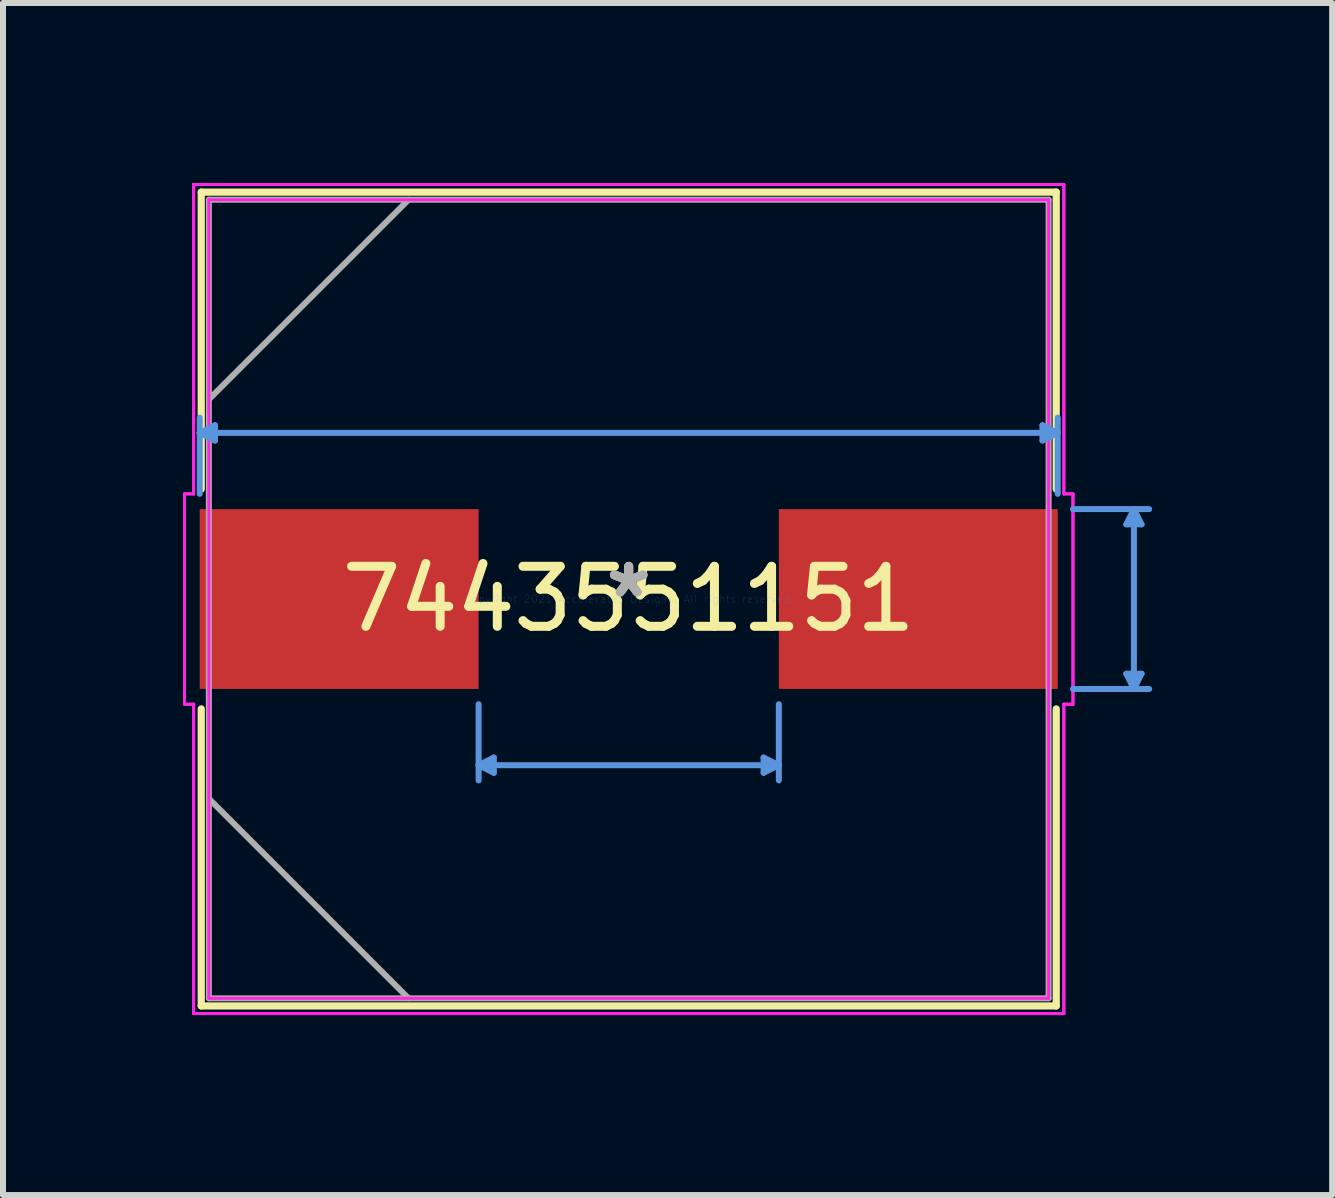
<source format=kicad_pcb>
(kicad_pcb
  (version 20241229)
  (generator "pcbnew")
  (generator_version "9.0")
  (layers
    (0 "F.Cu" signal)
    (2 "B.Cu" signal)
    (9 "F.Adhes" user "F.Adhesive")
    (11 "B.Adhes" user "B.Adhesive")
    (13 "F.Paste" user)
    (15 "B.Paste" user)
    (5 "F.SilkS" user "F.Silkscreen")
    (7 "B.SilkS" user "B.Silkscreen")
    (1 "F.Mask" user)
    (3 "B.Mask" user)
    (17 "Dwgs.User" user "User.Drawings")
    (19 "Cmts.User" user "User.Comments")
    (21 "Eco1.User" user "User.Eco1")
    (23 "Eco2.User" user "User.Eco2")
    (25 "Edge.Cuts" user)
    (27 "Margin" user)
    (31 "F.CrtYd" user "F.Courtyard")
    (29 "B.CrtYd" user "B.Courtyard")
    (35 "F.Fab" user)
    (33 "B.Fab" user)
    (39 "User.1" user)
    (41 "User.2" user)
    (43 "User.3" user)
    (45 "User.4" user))
  (footprint "7443551151"
    (layer "F.Cu")
    (at 7.429 6.934)
    (property "Reference" "7443551151" (at 0 0 0) (layer "F.SilkS") (effects (font (size 1 1) (thickness 0.15))))
    (attr through_hole)
    (fp_line (start -7.125 -6.782) (end -7.125 -1.831) (stroke (width 0.12) (type solid)) (layer "F.SilkS"))
    (fp_line (start -7.125 1.831) (end -7.125 6.782) (stroke (width 0.12) (type solid)) (layer "F.SilkS"))
    (fp_line (start -7.125 6.782) (end 7.125 6.782) (stroke (width 0.12) (type solid)) (layer "F.SilkS"))
    (fp_line (start 7.125 -6.782) (end -7.125 -6.782) (stroke (width 0.12) (type solid)) (layer "F.SilkS"))
    (fp_line (start 7.125 -1.831) (end 7.125 -6.782) (stroke (width 0.12) (type solid)) (layer "F.SilkS"))
    (fp_line (start 7.125 6.782) (end 7.125 1.831) (stroke (width 0.12) (type solid)) (layer "F.SilkS"))
    (fp_line (start -7.15 -2.769) (end -6.896 -2.896) (stroke (width 0.1) (type solid)) (layer "Cmts.User"))
    (fp_line (start -7.15 -2.769) (end 7.15 -2.769) (stroke (width 0.1) (type solid)) (layer "Cmts.User"))
    (fp_line (start -7.15 -1.753) (end -7.15 -3.023) (stroke (width 0.1) (type solid)) (layer "Cmts.User"))
    (fp_line (start -6.896 -2.896) (end -6.896 -2.642) (stroke (width 0.1) (type solid)) (layer "Cmts.User"))
    (fp_line (start -6.896 -2.642) (end -7.15 -2.769) (stroke (width 0.1) (type solid)) (layer "Cmts.User"))
    (fp_line (start -2.502 1.753) (end -2.502 3.023) (stroke (width 0.1) (type solid)) (layer "Cmts.User"))
    (fp_line (start -2.502 2.769) (end -2.248 2.896) (stroke (width 0.1) (type solid)) (layer "Cmts.User"))
    (fp_line (start -2.502 2.769) (end 2.502 2.769) (stroke (width 0.1) (type solid)) (layer "Cmts.User"))
    (fp_line (start -2.248 2.642) (end -2.502 2.769) (stroke (width 0.1) (type solid)) (layer "Cmts.User"))
    (fp_line (start -2.248 2.896) (end -2.248 2.642) (stroke (width 0.1) (type solid)) (layer "Cmts.User"))
    (fp_line (start 2.248 2.642) (end 2.502 2.769) (stroke (width 0.1) (type solid)) (layer "Cmts.User"))
    (fp_line (start 2.248 2.896) (end 2.248 2.642) (stroke (width 0.1) (type solid)) (layer "Cmts.User"))
    (fp_line (start 2.502 1.753) (end 2.502 3.023) (stroke (width 0.1) (type solid)) (layer "Cmts.User"))
    (fp_line (start 2.502 2.769) (end 2.248 2.896) (stroke (width 0.1) (type solid)) (layer "Cmts.User"))
    (fp_line (start 6.896 -2.896) (end 6.896 -2.642) (stroke (width 0.1) (type solid)) (layer "Cmts.User"))
    (fp_line (start 6.896 -2.642) (end 7.15 -2.769) (stroke (width 0.1) (type solid)) (layer "Cmts.User"))
    (fp_line (start 7.15 -2.769) (end 6.896 -2.896) (stroke (width 0.1) (type solid)) (layer "Cmts.User"))
    (fp_line (start 7.15 -1.753) (end 7.15 -3.023) (stroke (width 0.1) (type solid)) (layer "Cmts.User"))
    (fp_line (start 7.404 -1.499) (end 8.674 -1.499) (stroke (width 0.1) (type solid)) (layer "Cmts.User"))
    (fp_line (start 7.404 1.499) (end 8.674 1.499) (stroke (width 0.1) (type solid)) (layer "Cmts.User"))
    (fp_line (start 8.293 -1.245) (end 8.547 -1.245) (stroke (width 0.1) (type solid)) (layer "Cmts.User"))
    (fp_line (start 8.293 1.245) (end 8.547 1.245) (stroke (width 0.1) (type solid)) (layer "Cmts.User"))
    (fp_line (start 8.42 -1.499) (end 8.293 -1.245) (stroke (width 0.1) (type solid)) (layer "Cmts.User"))
    (fp_line (start 8.42 -1.499) (end 8.42 1.499) (stroke (width 0.1) (type solid)) (layer "Cmts.User"))
    (fp_line (start 8.42 1.499) (end 8.293 1.245) (stroke (width 0.1) (type solid)) (layer "Cmts.User"))
    (fp_line (start 8.547 -1.245) (end 8.42 -1.499) (stroke (width 0.1) (type solid)) (layer "Cmts.User"))
    (fp_line (start 8.547 1.245) (end 8.42 1.499) (stroke (width 0.1) (type solid)) (layer "Cmts.User"))
    (fp_line (start -7.404 -1.753) (end -7.252 -1.753) (stroke (width 0.05) (type solid)) (layer "F.CrtYd"))
    (fp_line (start -7.404 -1.753) (end -7.252 -1.753) (stroke (width 0.05) (type solid)) (layer "F.CrtYd"))
    (fp_line (start -7.404 1.753) (end -7.404 -1.753) (stroke (width 0.05) (type solid)) (layer "F.CrtYd"))
    (fp_line (start -7.404 1.753) (end -7.404 -1.753) (stroke (width 0.05) (type solid)) (layer "F.CrtYd"))
    (fp_line (start -7.252 -6.909) (end 7.252 -6.909) (stroke (width 0.05) (type solid)) (layer "F.CrtYd"))
    (fp_line (start -7.252 -6.909) (end 7.252 -6.909) (stroke (width 0.05) (type solid)) (layer "F.CrtYd"))
    (fp_line (start -7.252 -1.753) (end -7.252 -6.909) (stroke (width 0.05) (type solid)) (layer "F.CrtYd"))
    (fp_line (start -7.252 -1.753) (end -7.252 -6.909) (stroke (width 0.05) (type solid)) (layer "F.CrtYd"))
    (fp_line (start -7.252 1.753) (end -7.404 1.753) (stroke (width 0.05) (type solid)) (layer "F.CrtYd"))
    (fp_line (start -7.252 1.753) (end -7.404 1.753) (stroke (width 0.05) (type solid)) (layer "F.CrtYd"))
    (fp_line (start -7.252 1.753) (end -7.252 6.909) (stroke (width 0.05) (type solid)) (layer "F.CrtYd"))
    (fp_line (start -7.252 6.909) (end -7.252 1.753) (stroke (width 0.05) (type solid)) (layer "F.CrtYd"))
    (fp_line (start -7.252 6.909) (end 7.252 6.909) (stroke (width 0.05) (type solid)) (layer "F.CrtYd"))
    (fp_line (start -6.998 -6.655) (end 6.998 -6.655) (stroke (width 0.05) (type solid)) (layer "F.CrtYd"))
    (fp_line (start -6.998 6.655) (end -6.998 -6.655) (stroke (width 0.05) (type solid)) (layer "F.CrtYd"))
    (fp_line (start 6.998 -6.655) (end 6.998 6.655) (stroke (width 0.05) (type solid)) (layer "F.CrtYd"))
    (fp_line (start 6.998 6.655) (end -6.998 6.655) (stroke (width 0.05) (type solid)) (layer "F.CrtYd"))
    (fp_line (start 7.252 -6.909) (end 7.252 -1.753) (stroke (width 0.05) (type solid)) (layer "F.CrtYd"))
    (fp_line (start 7.252 -6.909) (end 7.252 -1.753) (stroke (width 0.05) (type solid)) (layer "F.CrtYd"))
    (fp_line (start 7.252 -1.753) (end 7.404 -1.753) (stroke (width 0.05) (type solid)) (layer "F.CrtYd"))
    (fp_line (start 7.252 -1.753) (end 7.404 -1.753) (stroke (width 0.05) (type solid)) (layer "F.CrtYd"))
    (fp_line (start 7.252 1.753) (end 7.252 6.909) (stroke (width 0.05) (type solid)) (layer "F.CrtYd"))
    (fp_line (start 7.252 1.753) (end 7.404 1.753) (stroke (width 0.05) (type solid)) (layer "F.CrtYd"))
    (fp_line (start 7.252 6.909) (end -7.252 6.909) (stroke (width 0.05) (type solid)) (layer "F.CrtYd"))
    (fp_line (start 7.252 6.909) (end 7.252 1.753) (stroke (width 0.05) (type solid)) (layer "F.CrtYd"))
    (fp_line (start 7.404 -1.753) (end 7.404 1.753) (stroke (width 0.05) (type solid)) (layer "F.CrtYd"))
    (fp_line (start 7.404 -1.753) (end 7.404 1.753) (stroke (width 0.05) (type solid)) (layer "F.CrtYd"))
    (fp_line (start 7.404 1.753) (end 7.252 1.753) (stroke (width 0.05) (type solid)) (layer "F.CrtYd"))
    (fp_line (start -6.998 -6.655) (end -6.998 6.655) (stroke (width 0.1) (type solid)) (layer "F.Fab"))
    (fp_line (start -6.998 -3.327) (end -3.67 -6.655) (stroke (width 0.1) (type solid)) (layer "F.Fab"))
    (fp_line (start -6.998 3.327) (end -3.67 6.655) (stroke (width 0.1) (type solid)) (layer "F.Fab"))
    (fp_line (start -6.998 6.655) (end 6.998 6.655) (stroke (width 0.1) (type solid)) (layer "F.Fab"))
    (fp_line (start 6.998 -6.655) (end -6.998 -6.655) (stroke (width 0.1) (type solid)) (layer "F.Fab"))
    (fp_line (start 6.998 6.655) (end 6.998 -6.655) (stroke (width 0.1) (type solid)) (layer "F.Fab"))
    (fp_text user "*" (at 0 0 0) (layer "F.SilkS") (effects (font (size 1 1) (thickness 0.15))))
    (fp_text user "Copyright 2021 Accelerated Designs. All rights reserved." (at 0 0 0) (layer "Cmts.User") (effects (font (size 0.127 0.127) (thickness 0.002))))
    (fp_text user "*" (at 0 0 0) (layer "F.Fab") (effects (font (size 1 1) (thickness 0.15))))
    (pad "1" smd rect (at -4.826 0 90) (size 2.997 4.648) (layers "F.Cu" "F.Mask" "F.Paste"))
    (pad "2" smd rect (at 4.826 0 90) (size 2.997 4.648) (layers "F.Cu" "F.Mask" "F.Paste")))
  (gr_rect
    (start -3 -3)
    (end 19.153 16.868)
    (stroke (width 0.1) (type default))
    (fill no)
    (layer "Edge.Cuts")))
</source>
